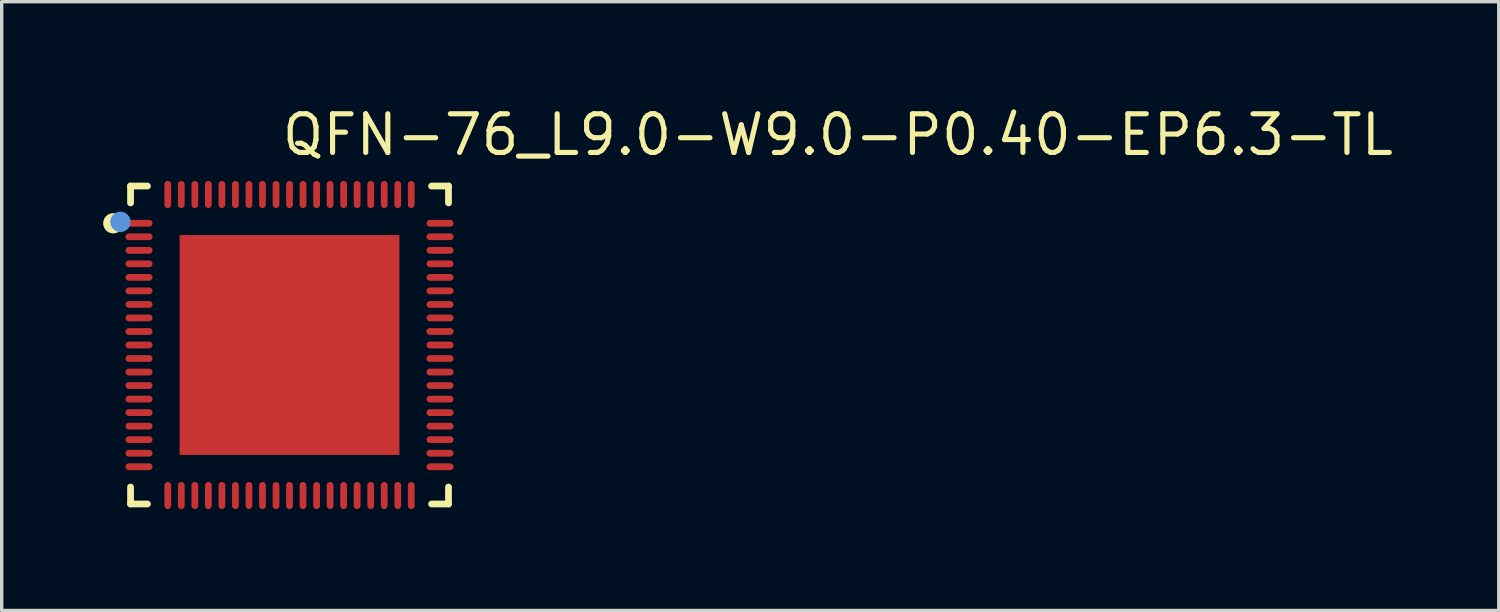
<source format=kicad_pcb>
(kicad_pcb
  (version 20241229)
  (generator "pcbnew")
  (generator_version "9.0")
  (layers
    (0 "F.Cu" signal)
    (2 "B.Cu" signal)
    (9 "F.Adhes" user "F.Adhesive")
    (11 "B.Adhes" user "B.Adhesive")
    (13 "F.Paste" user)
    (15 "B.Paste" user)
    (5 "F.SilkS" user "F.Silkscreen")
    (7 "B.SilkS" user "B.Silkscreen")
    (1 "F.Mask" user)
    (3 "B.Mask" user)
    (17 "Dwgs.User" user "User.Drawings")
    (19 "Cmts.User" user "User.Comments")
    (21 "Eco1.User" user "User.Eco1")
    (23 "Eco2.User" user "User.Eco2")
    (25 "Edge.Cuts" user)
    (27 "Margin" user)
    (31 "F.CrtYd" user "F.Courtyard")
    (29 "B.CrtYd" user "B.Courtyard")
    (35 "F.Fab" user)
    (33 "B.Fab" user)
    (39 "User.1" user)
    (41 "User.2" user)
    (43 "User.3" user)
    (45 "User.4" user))
  (footprint "QFN-76_L9.0-W9.0-P0.40-EP6.3-TL"
    (layer "F.Cu")
    (at 5.51 7.15)
    (property "Reference" "QFN-76_L9.0-W9.0-P0.40-EP6.3-TL" (at -0.297 -6.214 0) (layer "F.SilkS") (effects (font (size 1.143 1.143) (thickness 0.152)) (justify left)))
    (attr through_hole)
    (fp_line (start -4.7 -4.7) (end -4.2 -4.7) (stroke (width 0.2) (type solid)) (layer "F.SilkS"))
    (fp_line (start -4.7 -4.2) (end -4.7 -4.7) (stroke (width 0.2) (type solid)) (layer "F.SilkS"))
    (fp_line (start -4.7 4.7) (end -4.7 4.2) (stroke (width 0.2) (type solid)) (layer "F.SilkS"))
    (fp_line (start -4.2 4.7) (end -4.7 4.7) (stroke (width 0.2) (type solid)) (layer "F.SilkS"))
    (fp_line (start 4.2 4.7) (end 4.7 4.7) (stroke (width 0.2) (type solid)) (layer "F.SilkS"))
    (fp_line (start 4.7 -4.7) (end 4.2 -4.7) (stroke (width 0.2) (type solid)) (layer "F.SilkS"))
    (fp_line (start 4.7 -4.2) (end 4.7 -4.7) (stroke (width 0.2) (type solid)) (layer "F.SilkS"))
    (fp_line (start 4.7 4.7) (end 4.7 4.2) (stroke (width 0.2) (type solid)) (layer "F.SilkS"))
    (fp_arc (start -5.059985 -3.597453) (mid -5.359978 -3.598723) (end -5.059985 -3.599993) (stroke (width 0.299999) (type solid)) (layer "F.SilkS"))
    (fp_circle (center -5 -3.64) (end -5 -3.49) (stroke (width 0.3) (type solid)) (fill no) (layer "Cmts.User"))
    (pad "1" smd oval (at -4.45 -3.599 90) (size 0.2 0.8) (layers "F.Cu" "F.Mask" "F.Paste"))
    (pad "2" smd oval (at -4.45 -3.2 90) (size 0.2 0.8) (layers "F.Cu" "F.Mask" "F.Paste"))
    (pad "3" smd oval (at -4.45 -2.799 90) (size 0.2 0.8) (layers "F.Cu" "F.Mask" "F.Paste"))
    (pad "4" smd oval (at -4.45 -2.4 90) (size 0.2 0.8) (layers "F.Cu" "F.Mask" "F.Paste"))
    (pad "5" smd oval (at -4.45 -1.999 90) (size 0.2 0.8) (layers "F.Cu" "F.Mask" "F.Paste"))
    (pad "6" smd oval (at -4.45 -1.6 90) (size 0.2 0.8) (layers "F.Cu" "F.Mask" "F.Paste"))
    (pad "7" smd oval (at -4.45 -1.199 90) (size 0.2 0.8) (layers "F.Cu" "F.Mask" "F.Paste"))
    (pad "8" smd oval (at -4.45 -0.8 90) (size 0.2 0.8) (layers "F.Cu" "F.Mask" "F.Paste"))
    (pad "9" smd oval (at -4.45 -0.399 90) (size 0.2 0.8) (layers "F.Cu" "F.Mask" "F.Paste"))
    (pad "10" smd oval (at -4.45 0 90) (size 0.2 0.8) (layers "F.Cu" "F.Mask" "F.Paste"))
    (pad "11" smd oval (at -4.45 0.399 90) (size 0.2 0.8) (layers "F.Cu" "F.Mask" "F.Paste"))
    (pad "12" smd oval (at -4.45 0.8 90) (size 0.2 0.8) (layers "F.Cu" "F.Mask" "F.Paste"))
    (pad "13" smd oval (at -4.45 1.199 90) (size 0.2 0.8) (layers "F.Cu" "F.Mask" "F.Paste"))
    (pad "14" smd oval (at -4.45 1.6 90) (size 0.2 0.8) (layers "F.Cu" "F.Mask" "F.Paste"))
    (pad "15" smd oval (at -4.45 1.999 90) (size 0.2 0.8) (layers "F.Cu" "F.Mask" "F.Paste"))
    (pad "16" smd oval (at -4.45 2.4 90) (size 0.2 0.8) (layers "F.Cu" "F.Mask" "F.Paste"))
    (pad "17" smd oval (at -4.45 2.799 90) (size 0.2 0.8) (layers "F.Cu" "F.Mask" "F.Paste"))
    (pad "18" smd oval (at -4.45 3.2 90) (size 0.2 0.8) (layers "F.Cu" "F.Mask" "F.Paste"))
    (pad "19" smd oval (at -4.45 3.599 90) (size 0.2 0.8) (layers "F.Cu" "F.Mask" "F.Paste"))
    (pad "20" smd oval (at -3.599 4.45 180) (size 0.2 0.8) (layers "F.Cu" "F.Mask" "F.Paste"))
    (pad "21" smd oval (at -3.2 4.45 180) (size 0.2 0.8) (layers "F.Cu" "F.Mask" "F.Paste"))
    (pad "22" smd oval (at -2.799 4.45 180) (size 0.2 0.8) (layers "F.Cu" "F.Mask" "F.Paste"))
    (pad "23" smd oval (at -2.4 4.45 180) (size 0.2 0.8) (layers "F.Cu" "F.Mask" "F.Paste"))
    (pad "24" smd oval (at -1.999 4.45 180) (size 0.2 0.8) (layers "F.Cu" "F.Mask" "F.Paste"))
    (pad "25" smd oval (at -1.6 4.45 180) (size 0.2 0.8) (layers "F.Cu" "F.Mask" "F.Paste"))
    (pad "26" smd oval (at -1.199 4.45 180) (size 0.2 0.8) (layers "F.Cu" "F.Mask" "F.Paste"))
    (pad "27" smd oval (at -0.8 4.45 180) (size 0.2 0.8) (layers "F.Cu" "F.Mask" "F.Paste"))
    (pad "28" smd oval (at -0.399 4.45 180) (size 0.2 0.8) (layers "F.Cu" "F.Mask" "F.Paste"))
    (pad "29" smd oval (at 0 4.45 180) (size 0.2 0.8) (layers "F.Cu" "F.Mask" "F.Paste"))
    (pad "30" smd oval (at 0.399 4.45 180) (size 0.2 0.8) (layers "F.Cu" "F.Mask" "F.Paste"))
    (pad "31" smd oval (at 0.8 4.45 180) (size 0.2 0.8) (layers "F.Cu" "F.Mask" "F.Paste"))
    (pad "32" smd oval (at 1.199 4.45 180) (size 0.2 0.8) (layers "F.Cu" "F.Mask" "F.Paste"))
    (pad "33" smd oval (at 1.6 4.45 180) (size 0.2 0.8) (layers "F.Cu" "F.Mask" "F.Paste"))
    (pad "34" smd oval (at 1.999 4.45 180) (size 0.2 0.8) (layers "F.Cu" "F.Mask" "F.Paste"))
    (pad "35" smd oval (at 2.4 4.45 180) (size 0.2 0.8) (layers "F.Cu" "F.Mask" "F.Paste"))
    (pad "36" smd oval (at 2.799 4.45 180) (size 0.2 0.8) (layers "F.Cu" "F.Mask" "F.Paste"))
    (pad "37" smd oval (at 3.2 4.45 180) (size 0.2 0.8) (layers "F.Cu" "F.Mask" "F.Paste"))
    (pad "38" smd oval (at 3.599 4.45 180) (size 0.2 0.8) (layers "F.Cu" "F.Mask" "F.Paste"))
    (pad "39" smd oval (at 4.45 3.599 270) (size 0.2 0.8) (layers "F.Cu" "F.Mask" "F.Paste"))
    (pad "40" smd oval (at 4.45 3.2 270) (size 0.2 0.8) (layers "F.Cu" "F.Mask" "F.Paste"))
    (pad "41" smd oval (at 4.45 2.799 270) (size 0.2 0.8) (layers "F.Cu" "F.Mask" "F.Paste"))
    (pad "42" smd oval (at 4.45 2.4 270) (size 0.2 0.8) (layers "F.Cu" "F.Mask" "F.Paste"))
    (pad "43" smd oval (at 4.45 1.999 270) (size 0.2 0.8) (layers "F.Cu" "F.Mask" "F.Paste"))
    (pad "44" smd oval (at 4.45 1.6 270) (size 0.2 0.8) (layers "F.Cu" "F.Mask" "F.Paste"))
    (pad "45" smd oval (at 4.45 1.199 270) (size 0.2 0.8) (layers "F.Cu" "F.Mask" "F.Paste"))
    (pad "46" smd oval (at 4.45 0.8 270) (size 0.2 0.8) (layers "F.Cu" "F.Mask" "F.Paste"))
    (pad "47" smd oval (at 4.45 0.399 270) (size 0.2 0.8) (layers "F.Cu" "F.Mask" "F.Paste"))
    (pad "48" smd oval (at 4.45 0 270) (size 0.2 0.8) (layers "F.Cu" "F.Mask" "F.Paste"))
    (pad "49" smd oval (at 4.45 -0.399 270) (size 0.2 0.8) (layers "F.Cu" "F.Mask" "F.Paste"))
    (pad "50" smd oval (at 4.45 -0.8 270) (size 0.2 0.8) (layers "F.Cu" "F.Mask" "F.Paste"))
    (pad "51" smd oval (at 4.45 -1.199 270) (size 0.2 0.8) (layers "F.Cu" "F.Mask" "F.Paste"))
    (pad "52" smd oval (at 4.45 -1.6 270) (size 0.2 0.8) (layers "F.Cu" "F.Mask" "F.Paste"))
    (pad "53" smd oval (at 4.45 -1.999 270) (size 0.2 0.8) (layers "F.Cu" "F.Mask" "F.Paste"))
    (pad "54" smd oval (at 4.45 -2.4 270) (size 0.2 0.8) (layers "F.Cu" "F.Mask" "F.Paste"))
    (pad "55" smd oval (at 4.45 -2.799 270) (size 0.2 0.8) (layers "F.Cu" "F.Mask" "F.Paste"))
    (pad "56" smd oval (at 4.45 -3.2 270) (size 0.2 0.8) (layers "F.Cu" "F.Mask" "F.Paste"))
    (pad "57" smd oval (at 4.45 -3.599 270) (size 0.2 0.8) (layers "F.Cu" "F.Mask" "F.Paste"))
    (pad "58" smd oval (at 3.599 -4.45) (size 0.2 0.8) (layers "F.Cu" "F.Mask" "F.Paste"))
    (pad "59" smd oval (at 3.2 -4.45) (size 0.2 0.8) (layers "F.Cu" "F.Mask" "F.Paste"))
    (pad "60" smd oval (at 2.799 -4.45) (size 0.2 0.8) (layers "F.Cu" "F.Mask" "F.Paste"))
    (pad "61" smd oval (at 2.4 -4.45) (size 0.2 0.8) (layers "F.Cu" "F.Mask" "F.Paste"))
    (pad "62" smd oval (at 1.999 -4.45) (size 0.2 0.8) (layers "F.Cu" "F.Mask" "F.Paste"))
    (pad "63" smd oval (at 1.6 -4.45) (size 0.2 0.8) (layers "F.Cu" "F.Mask" "F.Paste"))
    (pad "64" smd oval (at 1.199 -4.45) (size 0.2 0.8) (layers "F.Cu" "F.Mask" "F.Paste"))
    (pad "65" smd oval (at 0.8 -4.45) (size 0.2 0.8) (layers "F.Cu" "F.Mask" "F.Paste"))
    (pad "66" smd oval (at 0.399 -4.45) (size 0.2 0.8) (layers "F.Cu" "F.Mask" "F.Paste"))
    (pad "67" smd oval (at 0 -4.45) (size 0.2 0.8) (layers "F.Cu" "F.Mask" "F.Paste"))
    (pad "68" smd oval (at -0.399 -4.45) (size 0.2 0.8) (layers "F.Cu" "F.Mask" "F.Paste"))
    (pad "69" smd oval (at -0.8 -4.45) (size 0.2 0.8) (layers "F.Cu" "F.Mask" "F.Paste"))
    (pad "70" smd oval (at -1.199 -4.45) (size 0.2 0.8) (layers "F.Cu" "F.Mask" "F.Paste"))
    (pad "71" smd oval (at -1.6 -4.45) (size 0.2 0.8) (layers "F.Cu" "F.Mask" "F.Paste"))
    (pad "72" smd oval (at -1.999 -4.45) (size 0.2 0.8) (layers "F.Cu" "F.Mask" "F.Paste"))
    (pad "73" smd oval (at -2.4 -4.45) (size 0.2 0.8) (layers "F.Cu" "F.Mask" "F.Paste"))
    (pad "74" smd oval (at -2.799 -4.45) (size 0.2 0.8) (layers "F.Cu" "F.Mask" "F.Paste"))
    (pad "75" smd oval (at -3.2 -4.45) (size 0.2 0.8) (layers "F.Cu" "F.Mask" "F.Paste"))
    (pad "76" smd oval (at -3.599 -4.45) (size 0.2 0.8) (layers "F.Cu" "F.Mask" "F.Paste"))
    (pad "77" smd rect (at 0 0) (size 6.5 6.5) (layers "F.Cu" "F.Mask" "F.Paste")))
  (gr_rect
    (start -3 -3)
    (end 41.262 15)
    (stroke (width 0.1) (type default))
    (fill no)
    (layer "Edge.Cuts")))
</source>
